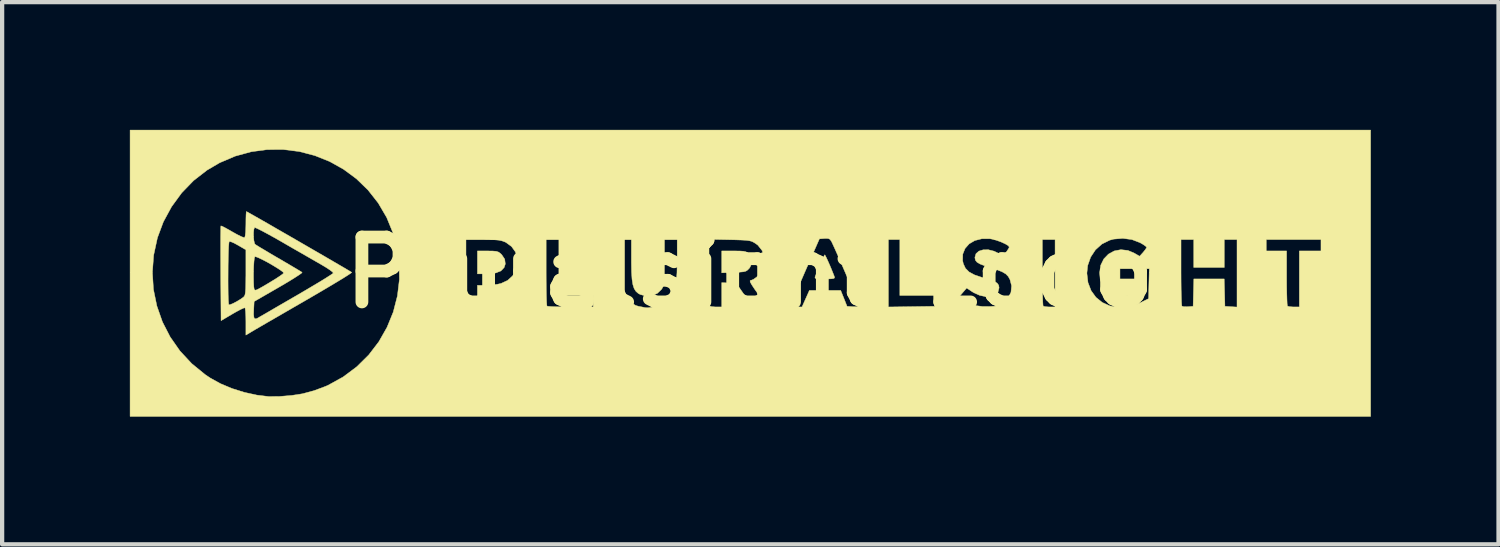
<source format=kicad_pcb>
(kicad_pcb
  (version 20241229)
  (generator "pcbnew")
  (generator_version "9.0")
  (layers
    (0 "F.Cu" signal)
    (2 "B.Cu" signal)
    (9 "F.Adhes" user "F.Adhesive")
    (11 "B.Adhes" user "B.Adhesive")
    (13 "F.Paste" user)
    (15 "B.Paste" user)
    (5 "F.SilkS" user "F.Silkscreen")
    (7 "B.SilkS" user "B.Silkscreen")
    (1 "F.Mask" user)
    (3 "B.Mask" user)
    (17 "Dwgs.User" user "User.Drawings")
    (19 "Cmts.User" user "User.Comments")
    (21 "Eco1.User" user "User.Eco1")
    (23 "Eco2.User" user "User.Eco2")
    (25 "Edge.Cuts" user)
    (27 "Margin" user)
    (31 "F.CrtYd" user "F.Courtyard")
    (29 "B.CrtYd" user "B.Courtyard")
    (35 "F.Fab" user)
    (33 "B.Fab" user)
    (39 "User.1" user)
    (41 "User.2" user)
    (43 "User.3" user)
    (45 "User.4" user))
  (footprint "Pluralsight Logo"
    (layer "F.Cu")
    (at 14.558 3.352)
    (property "Reference" "Pluralsight Logo" (at 0 0 0) (layer "F.SilkS") (effects (font (size 1.524 1.524) (thickness 0.3))))
    (attr through_hole)
    (fp_poly (pts (xy -6.031 -0.506) (xy -5.952 -0.499) (xy -5.898 -0.481) (xy -5.853 -0.448) (xy -5.825 -0.421) (xy -5.754 -0.315) (xy -5.74 -0.203) (xy -5.768 -0.118) (xy -5.844 -0.039) (xy -5.971 0.01) (xy -6.149 0.029) (xy -6.184 0.03) (xy -6.395 0.03) (xy -6.395 -0.508) (xy -6.153 -0.508) (xy -6.031 -0.506)) (stroke (width 0.01) (type solid)) (fill yes) (layer "F.SilkS"))
    (fp_poly (pts (xy -0.237 -0.507) (xy -0.148 -0.501) (xy -0.089 -0.488) (xy -0.047 -0.465) (xy -0.014 -0.435) (xy 0.048 -0.336) (xy 0.054 -0.227) (xy 0.003 -0.118) (xy -0.012 -0.099) (xy -0.05 -0.06) (xy -0.089 -0.034) (xy -0.146 -0.019) (xy -0.234 -0.011) (xy -0.367 -0.005) (xy -0.371 -0.005) (xy -0.657 0.006) (xy -0.657 -0.508) (xy -0.372 -0.508) (xy -0.237 -0.507)) (stroke (width 0.01) (type solid)) (fill yes) (layer "F.SilkS"))
    (fp_poly (pts (xy 1.779 -0.392) (xy 1.812 -0.325) (xy 1.855 -0.23) (xy 1.903 -0.12) (xy 1.948 -0.009) (xy 1.986 0.088) (xy 1.989 0.097) (xy 1.993 0.123) (xy 1.974 0.138) (xy 1.922 0.146) (xy 1.826 0.149) (xy 1.763 0.149) (xy 1.643 0.148) (xy 1.571 0.143) (xy 1.538 0.131) (xy 1.533 0.111) (xy 1.537 0.097) (xy 1.574 0.002) (xy 1.619 -0.108) (xy 1.666 -0.219) (xy 1.71 -0.316) (xy 1.744 -0.387) (xy 1.762 -0.417) (xy 1.763 -0.418) (xy 1.779 -0.392)) (stroke (width 0.01) (type solid)) (fill yes) (layer "F.SilkS"))
    (fp_poly (pts (xy -11.793 -1.42) (xy -11.72 -1.379) (xy -11.607 -1.315) (xy -11.461 -1.232) (xy -11.288 -1.133) (xy -11.095 -1.021) (xy -10.886 -0.901) (xy -10.669 -0.776) (xy -10.45 -0.649) (xy -10.234 -0.524) (xy -10.028 -0.405) (xy -9.839 -0.295) (xy -9.671 -0.197) (xy -9.532 -0.116) (xy -9.428 -0.054) (xy -9.364 -0.016) (xy -9.347 -0.005) (xy -9.368 0.014) (xy -9.435 0.059) (xy -9.544 0.128) (xy -9.689 0.216) (xy -9.866 0.322) (xy -10.069 0.442) (xy -10.293 0.573) (xy -10.453 0.666) (xy -10.694 0.805) (xy -10.924 0.938) (xy -11.136 1.061) (xy -11.324 1.169) (xy -11.482 1.261) (xy -11.603 1.331) (xy -11.682 1.378) (xy -11.706 1.392) (xy -11.833 1.468) (xy -11.833 1.154) (xy -11.835 1.023) (xy -11.841 0.916) (xy -11.849 0.846) (xy -11.856 0.826) (xy -11.89 0.835) (xy -11.963 0.868) (xy -12.063 0.922) (xy -12.148 0.971) (xy -12.416 1.129) (xy -12.423 0.196) (xy -12.252 0.196) (xy -12.251 0.368) (xy -12.249 0.52) (xy -12.245 0.642) (xy -12.239 0.724) (xy -12.233 0.756) (xy -12.199 0.752) (xy -12.132 0.724) (xy -12.048 0.68) (xy -11.962 0.628) (xy -11.891 0.578) (xy -11.886 0.573) (xy -11.867 0.551) (xy -11.853 0.516) (xy -11.844 0.459) (xy -11.838 0.372) (xy -11.835 0.246) (xy -11.834 0.115) (xy -11.654 0.115) (xy -11.652 0.237) (xy -11.647 0.333) (xy -11.638 0.39) (xy -11.634 0.398) (xy -11.621 0.41) (xy -11.602 0.412) (xy -11.571 0.402) (xy -11.517 0.374) (xy -11.431 0.326) (xy -11.306 0.252) (xy -11.268 0.229) (xy -11.146 0.155) (xy -11.045 0.089) (xy -10.975 0.039) (xy -10.945 0.011) (xy -10.945 0.011) (xy -10.965 -0.016) (xy -11.027 -0.062) (xy -11.119 -0.121) (xy -11.228 -0.187) (xy -11.343 -0.252) (xy -11.453 -0.309) (xy -11.544 -0.352) (xy -11.606 -0.374) (xy -11.623 -0.374) (xy -11.634 -0.339) (xy -11.643 -0.258) (xy -11.65 -0.146) (xy -11.654 -0.017) (xy -11.654 0.115) (xy -11.834 0.115) (xy -11.833 0.072) (xy -11.833 -0.003) (xy -11.833 -0.535) (xy -12.015 -0.641) (xy -12.108 -0.692) (xy -12.183 -0.724) (xy -12.223 -0.731) (xy -12.224 -0.731) (xy -12.231 -0.698) (xy -12.238 -0.615) (xy -12.243 -0.492) (xy -12.247 -0.34) (xy -12.25 -0.168) (xy -12.251 0.014) (xy -12.252 0.196) (xy -12.423 0.196) (xy -12.424 0.022) (xy -12.425 -0.229) (xy -12.426 -0.461) (xy -12.426 -0.667) (xy -12.426 -0.84) (xy -12.424 -0.974) (xy -12.423 -1.061) (xy -12.42 -1.097) (xy -12.42 -1.097) (xy -12.391 -1.088) (xy -12.322 -1.053) (xy -12.226 -1) (xy -12.15 -0.956) (xy -12.039 -0.894) (xy -11.945 -0.847) (xy -11.882 -0.823) (xy -11.863 -0.822) (xy -11.85 -0.858) (xy -11.841 -0.94) (xy -11.84 -0.941) (xy -11.653 -0.941) (xy -11.653 -0.846) (xy -11.645 -0.753) (xy -11.629 -0.685) (xy -11.617 -0.664) (xy -11.58 -0.64) (xy -11.501 -0.591) (xy -11.386 -0.523) (xy -11.246 -0.439) (xy -11.087 -0.346) (xy -11.056 -0.329) (xy -10.897 -0.235) (xy -10.754 -0.151) (xy -10.638 -0.082) (xy -10.555 -0.032) (xy -10.514 -0.006) (xy -10.512 -0.004) (xy -10.53 0.016) (xy -10.594 0.061) (xy -10.695 0.126) (xy -10.827 0.208) (xy -10.983 0.3) (xy -11.065 0.348) (xy -11.639 0.679) (xy -11.648 0.852) (xy -11.652 0.979) (xy -11.644 1.055) (xy -11.622 1.086) (xy -11.58 1.081) (xy -11.542 1.061) (xy -11.497 1.034) (xy -11.406 0.982) (xy -11.278 0.908) (xy -11.119 0.815) (xy -10.936 0.709) (xy -10.736 0.593) (xy -10.625 0.529) (xy -10.422 0.41) (xy -10.237 0.3) (xy -10.074 0.203) (xy -9.942 0.121) (xy -9.845 0.059) (xy -9.79 0.021) (xy -9.78 0.011) (xy -9.8 -0.016) (xy -9.863 -0.064) (xy -9.959 -0.127) (xy -10.077 -0.197) (xy -10.196 -0.265) (xy -10.354 -0.356) (xy -10.538 -0.462) (xy -10.736 -0.575) (xy -10.933 -0.689) (xy -10.993 -0.724) (xy -11.165 -0.822) (xy -11.321 -0.908) (xy -11.453 -0.979) (xy -11.553 -1.029) (xy -11.613 -1.056) (xy -11.628 -1.059) (xy -11.645 -1.019) (xy -11.653 -0.941) (xy -11.84 -0.941) (xy -11.835 -1.054) (xy -11.833 -1.137) (xy -11.832 -1.262) (xy -11.829 -1.361) (xy -11.824 -1.422) (xy -11.821 -1.434) (xy -11.793 -1.42)) (stroke (width 0.01) (type solid)) (fill yes) (layer "F.SilkS"))
    (fp_poly (pts (xy 14.583 3.377) (xy -14.553 3.377) (xy -14.553 -0.005) (xy -14.029 -0.005) (xy -14.004 0.395) (xy -13.924 0.784) (xy -13.793 1.158) (xy -13.611 1.512) (xy -13.382 1.84) (xy -13.106 2.137) (xy -12.786 2.398) (xy -12.67 2.476) (xy -12.431 2.608) (xy -12.159 2.722) (xy -11.869 2.813) (xy -11.578 2.877) (xy -11.301 2.911) (xy -11.056 2.91) (xy -10.97 2.903) (xy -10.852 2.893) (xy -10.756 2.885) (xy -10.503 2.846) (xy -10.229 2.772) (xy -9.959 2.671) (xy -9.902 2.646) (xy -9.546 2.449) (xy -9.227 2.21) (xy -8.947 1.933) (xy -8.71 1.623) (xy -8.518 1.285) (xy -8.371 0.925) (xy -8.341 0.807) (xy -6.664 0.807) (xy -6.395 0.807) (xy -6.395 0.299) (xy -6.191 0.299) (xy -6.058 0.292) (xy -5.923 0.274) (xy -5.839 0.255) (xy -5.684 0.183) (xy -5.568 0.076) (xy -5.491 -0.055) (xy -5.454 -0.199) (xy -5.458 -0.347) (xy -5.504 -0.488) (xy -5.593 -0.612) (xy -5.726 -0.709) (xy -5.75 -0.72) (xy -5.815 -0.744) (xy -5.892 -0.761) (xy -5.995 -0.77) (xy -6.135 -0.775) (xy -6.268 -0.776) (xy -6.664 -0.777) (xy -4.781 -0.777) (xy -4.781 -0.005) (xy -4.78 0.204) (xy -4.778 0.393) (xy -4.775 0.554) (xy -4.771 0.679) (xy -4.766 0.759) (xy -4.761 0.787) (xy -4.726 0.793) (xy -4.642 0.799) (xy -4.517 0.803) (xy -4.362 0.806) (xy -4.208 0.807) (xy -3.676 0.807) (xy -3.676 0.538) (xy -4.482 0.538) (xy -4.482 -0.777) (xy -3.048 -0.777) (xy -3.047 -0.217) (xy -3.046 -0.012) (xy -3.043 0.143) (xy -3.038 0.257) (xy -3.028 0.341) (xy -3.014 0.404) (xy -2.996 0.456) (xy -2.992 0.463) (xy -2.911 0.591) (xy -2.801 0.699) (xy -2.678 0.772) (xy -2.608 0.793) (xy -2.527 0.808) (xy -2.471 0.82) (xy -2.465 0.822) (xy -2.398 0.827) (xy -2.296 0.815) (xy -2.181 0.79) (xy -2.074 0.756) (xy -2.04 0.742) (xy -1.936 0.682) (xy -1.856 0.606) (xy -1.795 0.508) (xy -1.751 0.378) (xy -1.723 0.212) (xy -1.708 0.000407) (xy -1.708 -0.008) (xy -0.956 -0.008) (xy -0.955 0.202) (xy -0.953 0.391) (xy -0.95 0.553) (xy -0.946 0.678) (xy -0.941 0.759) (xy -0.936 0.787) (xy -0.897 0.799) (xy -0.82 0.806) (xy -0.787 0.807) (xy -0.657 0.807) (xy -0.657 0.236) (xy -0.315 0.254) (xy -0.122 0.53) (xy 0.071 0.807) (xy 0.23 0.807) (xy 0.318 0.804) (xy 0.376 0.796) (xy 0.388 0.79) (xy 0.386 0.784) (xy 0.956 0.784) (xy 0.983 0.798) (xy 1.051 0.806) (xy 1.092 0.807) (xy 1.228 0.807) (xy 1.315 0.613) (xy 1.402 0.418) (xy 2.137 0.419) (xy 2.212 0.605) (xy 2.286 0.792) (xy 2.428 0.801) (xy 2.521 0.801) (xy 2.567 0.786) (xy 2.57 0.777) (xy 2.558 0.743) (xy 2.527 0.663) (xy 2.478 0.546) (xy 2.417 0.401) (xy 2.347 0.236) (xy 2.271 0.06) (xy 2.194 -0.118) (xy 2.12 -0.29) (xy 2.051 -0.445) (xy 1.992 -0.577) (xy 1.947 -0.675) (xy 1.923 -0.726) (xy 1.889 -0.777) (xy 3.257 -0.777) (xy 3.257 0.808) (xy 4.348 0.792) (xy 4.357 0.665) (xy 4.365 0.553) (xy 4.932 0.553) (xy 5.027 0.634) (xy 5.154 0.722) (xy 5.301 0.775) (xy 5.48 0.798) (xy 5.608 0.798) (xy 5.744 0.791) (xy 5.837 0.777) (xy 5.904 0.751) (xy 5.937 0.729) (xy 6.064 0.605) (xy 6.136 0.464) (xy 6.151 0.312) (xy 6.114 0.167) (xy 6.073 0.092) (xy 6.015 0.032) (xy 5.928 -0.019) (xy 5.801 -0.069) (xy 5.678 -0.109) (xy 5.518 -0.16) (xy 5.407 -0.203) (xy 5.338 -0.245) (xy 5.302 -0.29) (xy 5.29 -0.344) (xy 5.289 -0.358) (xy 5.315 -0.444) (xy 5.383 -0.504) (xy 5.484 -0.535) (xy 5.606 -0.536) (xy 5.738 -0.503) (xy 5.824 -0.462) (xy 5.899 -0.421) (xy 5.949 -0.397) (xy 5.96 -0.395) (xy 5.98 -0.422) (xy 6.021 -0.477) (xy 6.031 -0.49) (xy 6.074 -0.553) (xy 6.096 -0.597) (xy 6.096 -0.601) (xy 6.07 -0.634) (xy 6.001 -0.675) (xy 5.905 -0.719) (xy 5.797 -0.758) (xy 5.727 -0.777) (xy 6.873 -0.777) (xy 6.873 -0.005) (xy 6.874 0.204) (xy 6.876 0.393) (xy 6.879 0.554) (xy 6.883 0.679) (xy 6.888 0.759) (xy 6.893 0.787) (xy 6.933 0.799) (xy 7.009 0.806) (xy 7.042 0.807) (xy 7.172 0.807) (xy 7.172 0.015) (xy 7.919 0.015) (xy 7.945 0.234) (xy 8.018 0.424) (xy 8.132 0.581) (xy 8.281 0.702) (xy 8.457 0.782) (xy 8.655 0.819) (xy 8.866 0.809) (xy 9.086 0.747) (xy 9.174 0.708) (xy 9.368 0.612) (xy 9.385 -0.09) (xy 8.696 -0.09) (xy 8.696 0.149) (xy 9.114 0.149) (xy 9.114 0.298) (xy 9.11 0.39) (xy 9.093 0.443) (xy 9.052 0.478) (xy 9.028 0.491) (xy 8.861 0.549) (xy 8.691 0.557) (xy 8.531 0.517) (xy 8.395 0.431) (xy 8.375 0.411) (xy 8.282 0.291) (xy 8.232 0.161) (xy 8.218 0.003) (xy 8.244 -0.173) (xy 8.316 -0.32) (xy 8.425 -0.433) (xy 8.561 -0.508) (xy 8.717 -0.538) (xy 8.882 -0.52) (xy 9.024 -0.461) (xy 9.158 -0.384) (xy 9.241 -0.476) (xy 9.292 -0.54) (xy 9.321 -0.585) (xy 9.323 -0.593) (xy 9.299 -0.62) (xy 9.237 -0.663) (xy 9.169 -0.702) (xy 8.976 -0.776) (xy 8.967 -0.777) (xy 10.13 -0.777) (xy 10.13 -0.005) (xy 10.131 0.204) (xy 10.133 0.393) (xy 10.137 0.555) (xy 10.141 0.68) (xy 10.146 0.76) (xy 10.151 0.788) (xy 10.192 0.8) (xy 10.268 0.802) (xy 10.293 0.801) (xy 10.414 0.792) (xy 10.431 0.149) (xy 11.144 0.149) (xy 11.153 0.471) (xy 11.161 0.792) (xy 11.303 0.801) (xy 11.445 0.81) (xy 11.445 -0.777) (xy 12.132 -0.777) (xy 12.132 -0.508) (xy 12.61 -0.508) (xy 12.61 0.129) (xy 12.611 0.319) (xy 12.614 0.488) (xy 12.618 0.627) (xy 12.622 0.728) (xy 12.628 0.781) (xy 12.63 0.787) (xy 12.67 0.799) (xy 12.746 0.806) (xy 12.78 0.807) (xy 12.909 0.807) (xy 12.909 -0.508) (xy 13.417 -0.508) (xy 13.417 -0.777) (xy 12.132 -0.777) (xy 11.445 -0.777) (xy 11.146 -0.777) (xy 11.146 -0.12) (xy 10.429 -0.12) (xy 10.429 -0.777) (xy 10.13 -0.777) (xy 8.967 -0.777) (xy 8.762 -0.804) (xy 8.547 -0.786) (xy 8.455 -0.761) (xy 8.273 -0.671) (xy 8.121 -0.535) (xy 8.008 -0.364) (xy 7.938 -0.166) (xy 7.919 0.015) (xy 7.172 0.015) (xy 7.172 -0.777) (xy 6.873 -0.777) (xy 5.727 -0.777) (xy 5.692 -0.786) (xy 5.642 -0.795) (xy 5.453 -0.795) (xy 5.288 -0.753) (xy 5.154 -0.675) (xy 5.058 -0.566) (xy 5.004 -0.433) (xy 5.001 -0.281) (xy 5.017 -0.208) (xy 5.067 -0.101) (xy 5.152 -0.015) (xy 5.279 0.054) (xy 5.457 0.114) (xy 5.474 0.118) (xy 5.634 0.164) (xy 5.744 0.206) (xy 5.812 0.248) (xy 5.847 0.297) (xy 5.857 0.357) (xy 5.857 0.357) (xy 5.832 0.454) (xy 5.764 0.521) (xy 5.663 0.558) (xy 5.54 0.564) (xy 5.403 0.535) (xy 5.263 0.472) (xy 5.225 0.449) (xy 5.096 0.362) (xy 5.014 0.457) (xy 4.932 0.553) (xy 4.365 0.553) (xy 4.366 0.538) (xy 3.526 0.538) (xy 3.526 -0.777) (xy 3.257 -0.777) (xy 1.889 -0.777) (xy 1.887 -0.78) (xy 1.84 -0.802) (xy 1.758 -0.801) (xy 1.637 -0.792) (xy 1.296 -0.015) (xy 1.209 0.186) (xy 1.129 0.37) (xy 1.062 0.528) (xy 1.008 0.654) (xy 0.972 0.742) (xy 0.957 0.783) (xy 0.956 0.784) (xy 0.386 0.784) (xy 0.372 0.76) (xy 0.328 0.692) (xy 0.264 0.598) (xy 0.207 0.517) (xy 0.112 0.383) (xy 0.05 0.289) (xy 0.016 0.229) (xy 0.008 0.195) (xy 0.022 0.181) (xy 0.04 0.179) (xy 0.087 0.16) (xy 0.157 0.11) (xy 0.205 0.067) (xy 0.285 -0.022) (xy 0.328 -0.11) (xy 0.344 -0.188) (xy 0.344 -0.363) (xy 0.292 -0.517) (xy 0.192 -0.643) (xy 0.141 -0.681) (xy 0.093 -0.711) (xy 0.048 -0.733) (xy -0.007 -0.748) (xy -0.08 -0.758) (xy -0.184 -0.764) (xy -0.329 -0.769) (xy -0.468 -0.772) (xy -0.956 -0.782) (xy -0.956 -0.008) (xy -1.708 -0.008) (xy -1.703 -0.263) (xy -1.703 -0.274) (xy -1.703 -0.777) (xy -2.002 -0.777) (xy -2.002 -0.243) (xy -2.003 -0.052) (xy -2.004 0.091) (xy -2.009 0.192) (xy -2.017 0.264) (xy -2.03 0.315) (xy -2.048 0.356) (xy -2.07 0.392) (xy -2.169 0.488) (xy -2.296 0.542) (xy -2.436 0.552) (xy -2.573 0.513) (xy -2.617 0.489) (xy -2.672 0.441) (xy -2.714 0.375) (xy -2.744 0.282) (xy -2.764 0.155) (xy -2.775 -0.014) (xy -2.779 -0.233) (xy -2.779 -0.284) (xy -2.779 -0.777) (xy -3.048 -0.777) (xy -4.482 -0.777) (xy -4.781 -0.777) (xy -6.664 -0.777) (xy -6.664 0.807) (xy -8.341 0.807) (xy -8.274 0.548) (xy -8.227 0.158) (xy -8.234 -0.24) (xy -8.295 -0.639) (xy -8.373 -0.919) (xy -8.526 -1.294) (xy -8.725 -1.634) (xy -8.963 -1.937) (xy -9.236 -2.202) (xy -9.539 -2.426) (xy -9.866 -2.609) (xy -10.214 -2.748) (xy -10.578 -2.843) (xy -10.951 -2.89) (xy -11.33 -2.889) (xy -11.709 -2.838) (xy -12.084 -2.735) (xy -12.45 -2.579) (xy -12.745 -2.406) (xy -13.061 -2.161) (xy -13.341 -1.872) (xy -13.579 -1.546) (xy -13.771 -1.192) (xy -13.911 -0.817) (xy -13.911 -0.816) (xy -13.999 -0.41) (xy -14.029 -0.005) (xy -14.553 -0.005) (xy -14.553 -3.347) (xy 14.583 -3.347) (xy 14.583 3.377)) (stroke (width 0.01) (type solid)) (fill yes) (layer "F.SilkS")))
  (gr_rect
    (start -3 -3)
    (end 32.145 9.734)
    (stroke (width 0.1) (type default))
    (fill no)
    (layer "Edge.Cuts")))
</source>
